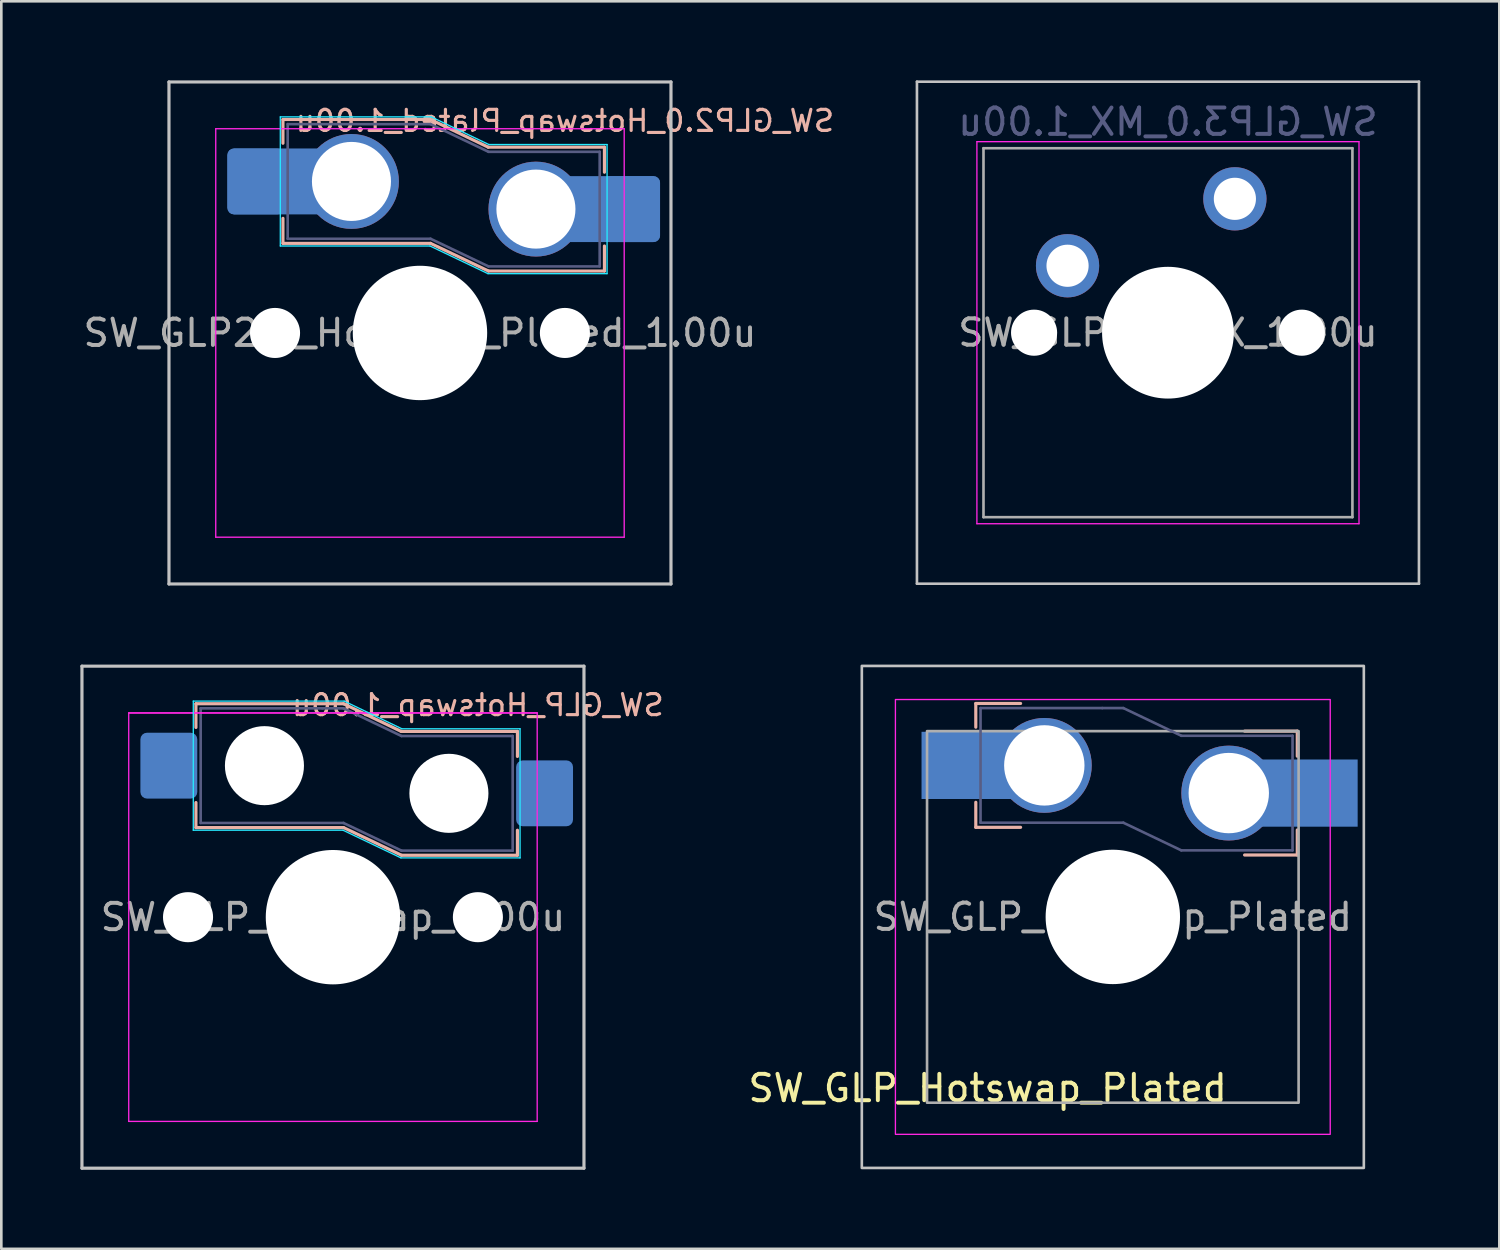
<source format=kicad_pcb>
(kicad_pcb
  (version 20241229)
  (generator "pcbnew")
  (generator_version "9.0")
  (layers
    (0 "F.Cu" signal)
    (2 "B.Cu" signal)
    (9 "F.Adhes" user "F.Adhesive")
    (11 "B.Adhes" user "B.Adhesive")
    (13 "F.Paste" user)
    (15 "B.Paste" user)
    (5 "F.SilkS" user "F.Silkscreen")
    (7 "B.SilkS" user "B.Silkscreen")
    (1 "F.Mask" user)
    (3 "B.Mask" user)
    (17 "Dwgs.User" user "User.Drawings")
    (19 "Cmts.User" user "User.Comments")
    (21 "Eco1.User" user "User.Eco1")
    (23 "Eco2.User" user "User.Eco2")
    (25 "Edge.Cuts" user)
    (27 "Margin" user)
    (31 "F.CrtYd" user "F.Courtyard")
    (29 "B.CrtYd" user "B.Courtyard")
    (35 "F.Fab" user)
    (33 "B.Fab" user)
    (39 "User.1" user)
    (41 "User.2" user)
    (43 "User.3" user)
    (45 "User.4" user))
  (footprint "SW_GLP_Hotswap_1.00u"
    (layer "F.Cu")
    (at 9.585 31.755)
    (property "Reference" "SW_GLP_Hotswap_1.00u" (at 5.5 -8.05 180) (layer "B.SilkS") (effects (font (size 0.8 0.8) (thickness 0.12)) (justify mirror)))
    (attr smd)
    (fp_line (start -5.2 -8.1) (end -5.2 -7.2) (stroke (width 0.12) (type solid)) (layer "B.SilkS"))
    (fp_line (start -5.2 -8.1) (end 0.4 -8.1) (stroke (width 0.12) (type solid)) (layer "B.SilkS"))
    (fp_line (start -5.2 -3.4) (end -5.2 -4.35) (stroke (width 0.12) (type solid)) (layer "B.SilkS"))
    (fp_line (start -5.2 -3.4) (end 0.4 -3.4) (stroke (width 0.12) (type solid)) (layer "B.SilkS"))
    (fp_line (start 2.59 -7.05) (end 0.4 -8.1) (stroke (width 0.12) (type solid)) (layer "B.SilkS"))
    (fp_line (start 2.6 -2.35) (end 0.4 -3.4) (stroke (width 0.12) (type solid)) (layer "B.SilkS"))
    (fp_line (start 7 -7.05) (end 2.59 -7.05) (stroke (width 0.12) (type solid)) (layer "B.SilkS"))
    (fp_line (start 7 -7.05) (end 7 -6.1) (stroke (width 0.12) (type solid)) (layer "B.SilkS"))
    (fp_line (start 7 -2.35) (end 2.6 -2.35) (stroke (width 0.12) (type solid)) (layer "B.SilkS"))
    (fp_line (start 7 -2.35) (end 7 -3.3) (stroke (width 0.12) (type solid)) (layer "B.SilkS"))
    (fp_line (start -9.525 -9.525) (end 9.525 -9.525) (stroke (width 0.12) (type default)) (layer "Dwgs.User"))
    (fp_line (start -9.525 9.525) (end -9.525 -9.525) (stroke (width 0.12) (type default)) (layer "Dwgs.User"))
    (fp_line (start 9.525 9.525) (end -9.525 9.525) (stroke (width 0.12) (type default)) (layer "Dwgs.User"))
    (fp_line (start 9.525 9.525) (end 9.525 -9.525) (stroke (width 0.12) (type default)) (layer "Dwgs.User"))
    (fp_line (start -5.3 -8.2) (end 0.425 -8.2) (stroke (width 0.05) (type solid)) (layer "B.CrtYd"))
    (fp_line (start -5.3 -3.3) (end -5.3 -8.2) (stroke (width 0.05) (type solid)) (layer "B.CrtYd"))
    (fp_line (start -5.3 -3.3) (end 0.38 -3.3) (stroke (width 0.05) (type solid)) (layer "B.CrtYd"))
    (fp_line (start 2.58 -2.25) (end 0.38 -3.3) (stroke (width 0.05) (type solid)) (layer "B.CrtYd"))
    (fp_line (start 2.615 -7.15) (end 0.425 -8.2) (stroke (width 0.05) (type solid)) (layer "B.CrtYd"))
    (fp_line (start 7.1 -7.15) (end 2.615 -7.15) (stroke (width 0.05) (type solid)) (layer "B.CrtYd"))
    (fp_line (start 7.1 -2.25) (end 2.58 -2.25) (stroke (width 0.05) (type solid)) (layer "B.CrtYd"))
    (fp_line (start 7.1 -2.25) (end 7.1 -7.15) (stroke (width 0.05) (type solid)) (layer "B.CrtYd"))
    (fp_line (start -7.75 -7.75) (end 7.75 -7.75) (stroke (width 0.05) (type solid)) (layer "F.CrtYd"))
    (fp_line (start -7.75 -7.75) (end 7.75 -7.75) (stroke (width 0.05) (type solid)) (layer "F.CrtYd"))
    (fp_line (start -7.75 7.75) (end -7.75 -7.75) (stroke (width 0.05) (type solid)) (layer "F.CrtYd"))
    (fp_line (start -7.75 7.75) (end 7.75 7.75) (stroke (width 0.05) (type solid)) (layer "F.CrtYd"))
    (fp_line (start 7.75 -7.75) (end 7.75 7.75) (stroke (width 0.05) (type solid)) (layer "F.CrtYd"))
    (fp_line (start -5.02 -7.925) (end -0.4 -7.925) (stroke (width 0.1) (type solid)) (layer "B.Fab"))
    (fp_line (start -5.02 -3.575) (end -5.02 -7.925) (stroke (width 0.1) (type solid)) (layer "B.Fab"))
    (fp_line (start -5.02 -3.575) (end 0.4 -3.575) (stroke (width 0.1) (type solid)) (layer "B.Fab"))
    (fp_line (start -0.4 -7.925) (end 0.4 -7.925) (stroke (width 0.1) (type solid)) (layer "B.Fab"))
    (fp_line (start 2.6 -6.875) (end 0.4 -7.925) (stroke (width 0.1) (type solid)) (layer "B.Fab"))
    (fp_line (start 2.6 -2.525) (end 0.4 -3.575) (stroke (width 0.1) (type solid)) (layer "B.Fab"))
    (fp_line (start 6.82 -6.875) (end 2.6 -6.875) (stroke (width 0.1) (type solid)) (layer "B.Fab"))
    (fp_line (start 6.82 -2.525) (end 2.6 -2.525) (stroke (width 0.1) (type solid)) (layer "B.Fab"))
    (fp_line (start 6.82 -2.525) (end 6.82 -6.875) (stroke (width 0.1) (type solid)) (layer "B.Fab"))
    (fp_rect (start 7.05 7.05) (end -7.05 -7.05) (stroke (width 0.12) (type default)) (fill no) (layer "User.1"))
    (fp_text user "${REFERENCE}" (at 0 0 180) (layer "F.Fab") (effects (font (size 1 1) (thickness 0.15))))
    (pad "" np_thru_hole circle (at -5.5 0 180) (size 1.9 1.9) (drill 1.9) (layers "*.Cu" "*.Mask"))
    (pad "" np_thru_hole circle (at -2.6 -5.75 180) (size 3 3) (drill 3) (layers "*.Cu" "*.Mask"))
    (pad "" np_thru_hole circle (at 0 0 180) (size 5.1 5.1) (drill 5.1) (layers "*.Cu" "*.Mask"))
    (pad "" np_thru_hole circle (at 4.4 -4.7 180) (size 3 3) (drill 3) (layers "*.Cu" "*.Mask"))
    (pad "" np_thru_hole circle (at 5.5 0 180) (size 1.9 1.9) (drill 1.9) (layers "*.Cu" "*.Mask"))
    (pad "1" smd roundrect (at -6.228 -5.75 180) (size 2.159 2.5) (layers "B.Cu" "B.Mask" "B.Paste") (roundrect_rratio 0.116))
    (pad "2" smd roundrect (at 8.03 -4.7 180) (size 2.159 2.5) (layers "B.Cu" "B.Mask" "B.Paste") (roundrect_rratio 0.116)))
  (footprint "SW_GLP2.0_Hotswap_Plated_1.00u"
    (layer "F.Cu")
    (at 12.887 9.585)
    (property "Reference" "SW_GLP2.0_Hotswap_Plated_1.00u" (at 5.5 -8.05 180) (layer "B.SilkS") (effects (font (size 0.8 0.8) (thickness 0.12)) (justify mirror)))
    (attr smd)
    (fp_line (start -5.2 -8.1) (end -5.2 -7.2) (stroke (width 0.12) (type solid)) (layer "B.SilkS"))
    (fp_line (start -5.2 -8.1) (end 0.4 -8.1) (stroke (width 0.12) (type solid)) (layer "B.SilkS"))
    (fp_line (start -5.2 -3.4) (end -5.2 -4.35) (stroke (width 0.12) (type solid)) (layer "B.SilkS"))
    (fp_line (start -5.2 -3.4) (end 0.4 -3.4) (stroke (width 0.12) (type solid)) (layer "B.SilkS"))
    (fp_line (start 2.59 -7.05) (end 0.4 -8.1) (stroke (width 0.12) (type solid)) (layer "B.SilkS"))
    (fp_line (start 2.6 -2.35) (end 0.4 -3.4) (stroke (width 0.12) (type solid)) (layer "B.SilkS"))
    (fp_line (start 7 -7.05) (end 2.59 -7.05) (stroke (width 0.12) (type solid)) (layer "B.SilkS"))
    (fp_line (start 7 -7.05) (end 7 -6.1) (stroke (width 0.12) (type solid)) (layer "B.SilkS"))
    (fp_line (start 7 -2.35) (end 2.6 -2.35) (stroke (width 0.12) (type solid)) (layer "B.SilkS"))
    (fp_line (start 7 -2.35) (end 7 -3.3) (stroke (width 0.12) (type solid)) (layer "B.SilkS"))
    (fp_line (start -9.525 -9.525) (end 9.525 -9.525) (stroke (width 0.12) (type default)) (layer "Dwgs.User"))
    (fp_line (start -9.525 9.525) (end -9.525 -9.525) (stroke (width 0.12) (type default)) (layer "Dwgs.User"))
    (fp_line (start 9.525 9.525) (end -9.525 9.525) (stroke (width 0.12) (type default)) (layer "Dwgs.User"))
    (fp_line (start 9.525 9.525) (end 9.525 -9.525) (stroke (width 0.12) (type default)) (layer "Dwgs.User"))
    (fp_line (start -5.3 -8.2) (end 0.425 -8.2) (stroke (width 0.05) (type solid)) (layer "B.CrtYd"))
    (fp_line (start -5.3 -3.3) (end -5.3 -8.2) (stroke (width 0.05) (type solid)) (layer "B.CrtYd"))
    (fp_line (start -5.3 -3.3) (end 0.38 -3.3) (stroke (width 0.05) (type solid)) (layer "B.CrtYd"))
    (fp_line (start 2.58 -2.25) (end 0.38 -3.3) (stroke (width 0.05) (type solid)) (layer "B.CrtYd"))
    (fp_line (start 2.615 -7.15) (end 0.425 -8.2) (stroke (width 0.05) (type solid)) (layer "B.CrtYd"))
    (fp_line (start 7.1 -7.15) (end 2.615 -7.15) (stroke (width 0.05) (type solid)) (layer "B.CrtYd"))
    (fp_line (start 7.1 -2.25) (end 2.58 -2.25) (stroke (width 0.05) (type solid)) (layer "B.CrtYd"))
    (fp_line (start 7.1 -2.25) (end 7.1 -7.15) (stroke (width 0.05) (type solid)) (layer "B.CrtYd"))
    (fp_line (start -7.75 -7.75) (end 7.75 -7.75) (stroke (width 0.05) (type solid)) (layer "F.CrtYd"))
    (fp_line (start -7.75 7.75) (end -7.75 -7.75) (stroke (width 0.05) (type solid)) (layer "F.CrtYd"))
    (fp_line (start -7.75 7.75) (end 7.75 7.75) (stroke (width 0.05) (type solid)) (layer "F.CrtYd"))
    (fp_line (start 7.75 -7.75) (end 7.75 7.75) (stroke (width 0.05) (type solid)) (layer "F.CrtYd"))
    (fp_line (start -5.02 -7.925) (end -0.4 -7.925) (stroke (width 0.1) (type solid)) (layer "B.Fab"))
    (fp_line (start -5.02 -3.575) (end -5.02 -7.925) (stroke (width 0.1) (type solid)) (layer "B.Fab"))
    (fp_line (start -5.02 -3.575) (end 0.4 -3.575) (stroke (width 0.1) (type solid)) (layer "B.Fab"))
    (fp_line (start -0.4 -7.925) (end 0.4 -7.925) (stroke (width 0.1) (type solid)) (layer "B.Fab"))
    (fp_line (start 2.6 -6.875) (end 0.4 -7.925) (stroke (width 0.1) (type solid)) (layer "B.Fab"))
    (fp_line (start 2.6 -2.525) (end 0.4 -3.575) (stroke (width 0.1) (type solid)) (layer "B.Fab"))
    (fp_line (start 6.82 -6.875) (end 2.6 -6.875) (stroke (width 0.1) (type solid)) (layer "B.Fab"))
    (fp_line (start 6.82 -2.525) (end 2.6 -2.525) (stroke (width 0.1) (type solid)) (layer "B.Fab"))
    (fp_line (start 6.82 -2.525) (end 6.82 -6.875) (stroke (width 0.1) (type solid)) (layer "B.Fab"))
    (fp_rect (start 7.05 7.05) (end -7.05 -7.05) (stroke (width 0.12) (type default)) (fill no) (layer "User.1"))
    (fp_text user "${REFERENCE}" (at 0 0 180) (layer "F.Fab") (effects (font (size 1 1) (thickness 0.15))))
    (pad "" np_thru_hole circle (at -5.5 0 180) (size 1.9 1.9) (drill 1.9) (layers "*.Cu" "*.Mask"))
    (pad "" np_thru_hole circle (at 0 0 180) (size 5.1 5.1) (drill 5.1) (layers "*.Cu" "*.Mask"))
    (pad "" np_thru_hole circle (at 5.5 0 180) (size 1.9 1.9) (drill 1.9) (layers "*.Cu" "*.Mask"))
    (pad "1" smd roundrect (at -6.228 -5.75 180) (size 2.159 2.5) (layers "B.Cu" "B.Mask" "B.Paste") (roundrect_rratio 0.116))
    (pad "1" smd roundrect (at -5.383 -5.75 180) (size 3.85 2.5) (layers "B.Cu") (roundrect_rratio 0.1))
    (pad "1" thru_hole circle (at -2.6 -5.75 180) (size 3.6 3.6) (drill 3) (layers "*.Cu" "*.Mask"))
    (pad "2" thru_hole circle (at 4.4 -4.7 180) (size 3.6 3.6) (drill 3) (layers "*.Cu" "*.Mask"))
    (pad "2" smd roundrect (at 7.185 -4.7 180) (size 3.85 2.5) (layers "B.Cu") (roundrect_rratio 0.1))
    (pad "2" smd roundrect (at 8.03 -4.7 180) (size 2.159 2.5) (layers "B.Cu" "B.Mask" "B.Paste") (roundrect_rratio 0.116)))
  (footprint "SW_GLP_Hotswap_Plated"
    (layer "F.Cu")
    (at 39.179 31.745)
    (property "Reference" "SW_GLP_Hotswap_Plated" (at -4.75 6.5 0) (unlocked yes) (layer "F.SilkS") (effects (font (size 1 1) (thickness 0.15))))
    (attr through_hole)
    (fp_line (start -5.2 -8.1) (end -5.2 -7.2) (stroke (width 0.12) (type solid)) (layer "B.SilkS"))
    (fp_line (start -5.2 -8.1) (end -3.5 -8.1) (stroke (width 0.12) (type solid)) (layer "B.SilkS"))
    (fp_line (start -5.2 -3.4) (end -5.2 -4.35) (stroke (width 0.12) (type solid)) (layer "B.SilkS"))
    (fp_line (start -5.2 -3.4) (end -3.5 -3.4) (stroke (width 0.12) (type solid)) (layer "B.SilkS"))
    (fp_line (start 7 -7.05) (end 5 -7.05) (stroke (width 0.12) (type solid)) (layer "B.SilkS"))
    (fp_line (start 7 -7.05) (end 7 -6.1) (stroke (width 0.12) (type solid)) (layer "B.SilkS"))
    (fp_line (start 7 -2.35) (end 5 -2.35) (stroke (width 0.12) (type solid)) (layer "B.SilkS"))
    (fp_line (start 7 -2.35) (end 7 -3.3) (stroke (width 0.12) (type solid)) (layer "B.SilkS"))
    (fp_rect (start -9.525 9.525) (end 9.525 -9.525) (stroke (width 0.1) (type solid)) (fill no) (layer "Dwgs.User"))
    (fp_rect (start -8.25 8.25) (end 8.25 -8.25) (stroke (width 0.05) (type solid)) (fill no) (layer "F.CrtYd"))
    (fp_line (start -5.02 -7.925) (end -0.4 -7.925) (stroke (width 0.1) (type solid)) (layer "B.Fab"))
    (fp_line (start -5.02 -3.575) (end -5.02 -7.925) (stroke (width 0.1) (type solid)) (layer "B.Fab"))
    (fp_line (start -5.02 -3.575) (end 0.4 -3.575) (stroke (width 0.1) (type solid)) (layer "B.Fab"))
    (fp_line (start -0.4 -7.925) (end 0.4 -7.925) (stroke (width 0.1) (type solid)) (layer "B.Fab"))
    (fp_line (start 2.6 -6.875) (end 0.4 -7.925) (stroke (width 0.1) (type solid)) (layer "B.Fab"))
    (fp_line (start 2.6 -2.525) (end 0.4 -3.575) (stroke (width 0.1) (type solid)) (layer "B.Fab"))
    (fp_line (start 6.82 -6.875) (end 2.6 -6.875) (stroke (width 0.1) (type solid)) (layer "B.Fab"))
    (fp_line (start 6.82 -2.525) (end 2.6 -2.525) (stroke (width 0.1) (type solid)) (layer "B.Fab"))
    (fp_line (start 6.82 -2.525) (end 6.82 -6.875) (stroke (width 0.1) (type solid)) (layer "B.Fab"))
    (fp_rect (start -7.05 7.05) (end 7.05 -7.05) (stroke (width 0.1) (type solid)) (fill no) (layer "F.Fab"))
    (fp_text user "${REFERENCE}" (at 0 0 0) (unlocked yes) (layer "F.Fab") (effects (font (size 1 1) (thickness 0.15))))
    (pad "" np_thru_hole circle (at 0 0 180) (size 5.1 5.1) (drill 5.1) (layers "*.Cu" "*.Mask"))
    (pad "1" smd rect (at -5.334 -5.75 180) (size 3.85 2.55) (layers "B.Cu" "B.Mask" "B.Paste"))
    (pad "1" thru_hole circle (at -2.6 -5.75 180) (size 3.6 3.6) (drill 3.05) (layers "*.Cu" "*.Mask"))
    (pad "2" thru_hole circle (at 4.4 -4.7 180) (size 3.6 3.6) (drill 3.05) (layers "*.Cu" "*.Mask"))
    (pad "2" smd rect (at 7.366 -4.699 180) (size 3.85 2.55) (layers "B.Cu" "B.Mask" "B.Paste")))
  (footprint "SW_GLP3.0_MX_1.00u"
    (layer "F.Cu")
    (at 41.271 9.575)
    (property "Reference" "SW_GLP3.0_MX_1.00u" (at 0 -8 0) (layer "B.Fab") (effects (font (size 1 1) (thickness 0.15)) (justify mirror)))
    (attr smd)
    (fp_line (start -9.525 -9.525) (end -9.525 9.525) (stroke (width 0.1) (type solid)) (layer "Dwgs.User"))
    (fp_line (start -9.525 9.525) (end 9.525 9.525) (stroke (width 0.1) (type solid)) (layer "Dwgs.User"))
    (fp_line (start 9.525 -9.525) (end -9.525 -9.525) (stroke (width 0.1) (type solid)) (layer "Dwgs.User"))
    (fp_line (start 9.525 9.525) (end 9.525 -9.525) (stroke (width 0.1) (type solid)) (layer "Dwgs.User"))
    (fp_line (start -7.8 -6) (end -7 -6) (stroke (width 0.1) (type solid)) (layer "Eco1.User"))
    (fp_line (start -7.8 -2.9) (end -7.8 -6) (stroke (width 0.1) (type solid)) (layer "Eco1.User"))
    (fp_line (start -7.8 2.9) (end -7 2.9) (stroke (width 0.1) (type solid)) (layer "Eco1.User"))
    (fp_line (start -7.8 6) (end -7.8 2.9) (stroke (width 0.1) (type solid)) (layer "Eco1.User"))
    (fp_line (start -7 -7) (end 7 -7) (stroke (width 0.1) (type solid)) (layer "Eco1.User"))
    (fp_line (start -7 -6) (end -7 -7) (stroke (width 0.1) (type solid)) (layer "Eco1.User"))
    (fp_line (start -7 -2.9) (end -7.8 -2.9) (stroke (width 0.1) (type solid)) (layer "Eco1.User"))
    (fp_line (start -7 2.9) (end -7 -2.9) (stroke (width 0.1) (type solid)) (layer "Eco1.User"))
    (fp_line (start -7 6) (end -7.8 6) (stroke (width 0.1) (type solid)) (layer "Eco1.User"))
    (fp_line (start -7 7) (end -7 6) (stroke (width 0.1) (type solid)) (layer "Eco1.User"))
    (fp_line (start 7 -7) (end 7 -6) (stroke (width 0.1) (type solid)) (layer "Eco1.User"))
    (fp_line (start 7 -6) (end 7.8 -6) (stroke (width 0.1) (type solid)) (layer "Eco1.User"))
    (fp_line (start 7 -2.9) (end 7 2.9) (stroke (width 0.1) (type solid)) (layer "Eco1.User"))
    (fp_line (start 7 2.9) (end 7.8 2.9) (stroke (width 0.1) (type solid)) (layer "Eco1.User"))
    (fp_line (start 7 6) (end 7 7) (stroke (width 0.1) (type solid)) (layer "Eco1.User"))
    (fp_line (start 7 7) (end -7 7) (stroke (width 0.1) (type solid)) (layer "Eco1.User"))
    (fp_line (start 7.8 -6) (end 7.8 -2.9) (stroke (width 0.1) (type solid)) (layer "Eco1.User"))
    (fp_line (start 7.8 -2.9) (end 7 -2.9) (stroke (width 0.1) (type solid)) (layer "Eco1.User"))
    (fp_line (start 7.8 2.9) (end 7.8 6) (stroke (width 0.1) (type solid)) (layer "Eco1.User"))
    (fp_line (start 7.8 6) (end 7 6) (stroke (width 0.1) (type solid)) (layer "Eco1.User"))
    (fp_line (start -7.25 -7.25) (end -7.25 7.25) (stroke (width 0.05) (type solid)) (layer "F.CrtYd"))
    (fp_line (start -7.25 7.25) (end 7.25 7.25) (stroke (width 0.05) (type solid)) (layer "F.CrtYd"))
    (fp_line (start 7.25 -7.25) (end -7.25 -7.25) (stroke (width 0.05) (type solid)) (layer "F.CrtYd"))
    (fp_line (start 7.25 7.25) (end 7.25 -7.25) (stroke (width 0.05) (type solid)) (layer "F.CrtYd"))
    (fp_line (start -7 -7) (end -7 7) (stroke (width 0.1) (type solid)) (layer "F.Fab"))
    (fp_line (start -7 7) (end 7 7) (stroke (width 0.1) (type solid)) (layer "F.Fab"))
    (fp_line (start 7 -7) (end -7 -7) (stroke (width 0.1) (type solid)) (layer "F.Fab"))
    (fp_line (start 7 7) (end 7 -7) (stroke (width 0.1) (type solid)) (layer "F.Fab"))
    (fp_text user "${REFERENCE}" (at 0 0 0) (layer "F.Fab") (effects (font (size 1 1) (thickness 0.15))))
    (pad "" np_thru_hole circle (at -5.08 0) (size 1.75 1.75) (drill 1.75) (layers "*.Cu" "*.Mask"))
    (pad "" np_thru_hole circle (at 0 0) (size 5 5) (drill 5) (layers "*.Cu" "*.Mask"))
    (pad "" np_thru_hole circle (at 5.08 0) (size 1.75 1.75) (drill 1.75) (layers "*.Cu" "*.Mask"))
    (pad "1" thru_hole circle (at -3.81 -2.54) (size 2.4 2.4) (drill 1.6) (layers "*.Cu" "*.Mask"))
    (pad "2" thru_hole circle (at 2.54 -5.08) (size 2.4 2.4) (drill 1.6) (layers "*.Cu" "*.Mask")))
  (gr_rect
    (start -3 -3)
    (end 53.846 44.34)
    (stroke (width 0.1) (type default))
    (fill no)
    (layer "Edge.Cuts")))
</source>
